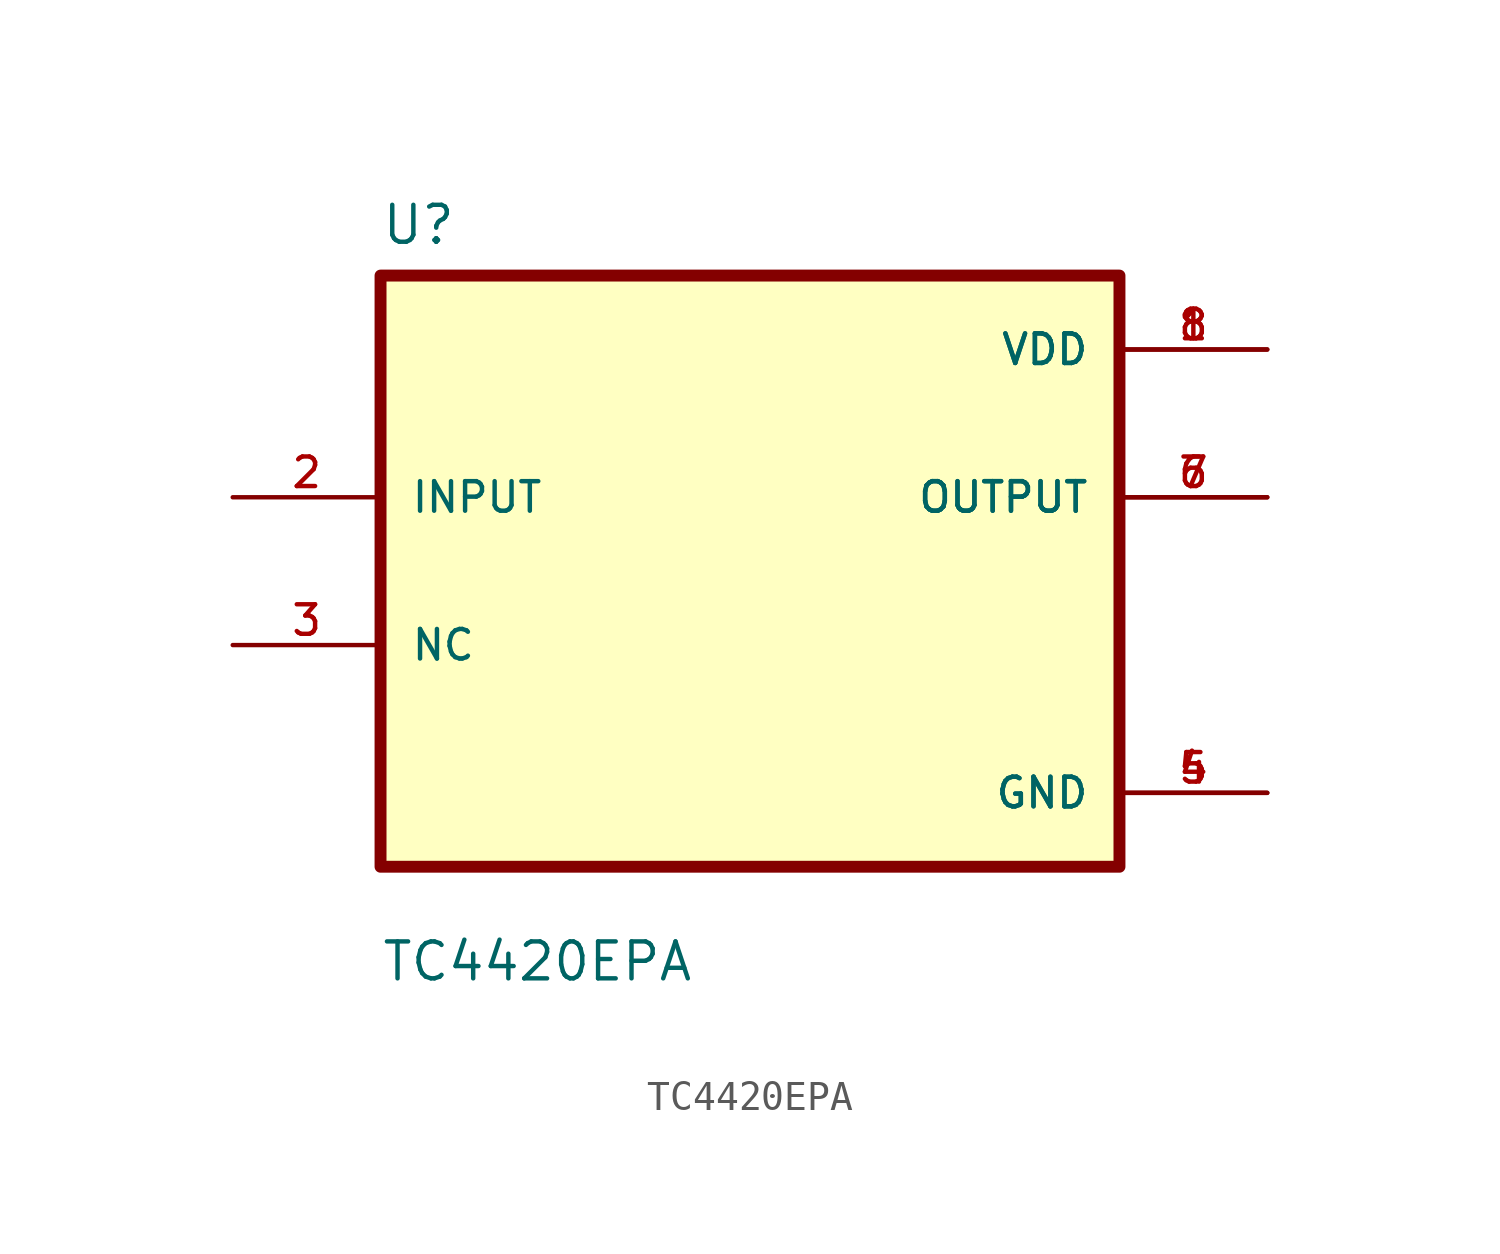
<source format=kicad_sym>
(kicad_symbol_lib
  (version 20211014)
  (generator kicad_symbol_editor)
  (symbol "TC4420EPA"
    (pin_names
      (offset 1.016))
    (property "Reference" "U"
      (at -12.7 11.16 0.0)
      (effects (font (size 1.27 1.27)) (justify bottom left)))
    (property "Value" "TC4420EPA"
      (at -12.7 -14.16 0.0)
      (effects (font (size 1.27 1.27)) (justify bottom left)))
    (symbol "TC4420EPA_0_0"
      (rectangle (start -12.7 -10.16) (end 12.7 10.16) (stroke (width 0.41)) (fill (type background)))
      (pin input line (at -17.78 2.54 0) (length 5.08) (name "INPUT" (effects (font (size 1.016 1.016)))) (number "2" (effects (font (size 1.016 1.016)))))
      (pin bidirectional line (at -17.78 -2.54 0) (length 5.08) (name "NC" (effects (font (size 1.016 1.016)))) (number "3" (effects (font (size 1.016 1.016)))))
      (pin power_in line (at 17.78 7.62 180.0) (length 5.08) (name "VDD" (effects (font (size 1.016 1.016)))) (number "1" (effects (font (size 1.016 1.016)))))
      (pin power_in line (at 17.78 7.62 180.0) (length 5.08) (name "VDD" (effects (font (size 1.016 1.016)))) (number "8" (effects (font (size 1.016 1.016)))))
      (pin output line (at 17.78 2.54 180.0) (length 5.08) (name "OUTPUT" (effects (font (size 1.016 1.016)))) (number "6" (effects (font (size 1.016 1.016)))))
      (pin output line (at 17.78 2.54 180.0) (length 5.08) (name "OUTPUT" (effects (font (size 1.016 1.016)))) (number "7" (effects (font (size 1.016 1.016)))))
      (pin power_in line (at 17.78 -7.62 180.0) (length 5.08) (name "GND" (effects (font (size 1.016 1.016)))) (number "4" (effects (font (size 1.016 1.016)))))
      (pin power_in line (at 17.78 -7.62 180.0) (length 5.08) (name "GND" (effects (font (size 1.016 1.016)))) (number "5" (effects (font (size 1.016 1.016))))))))
</source>
